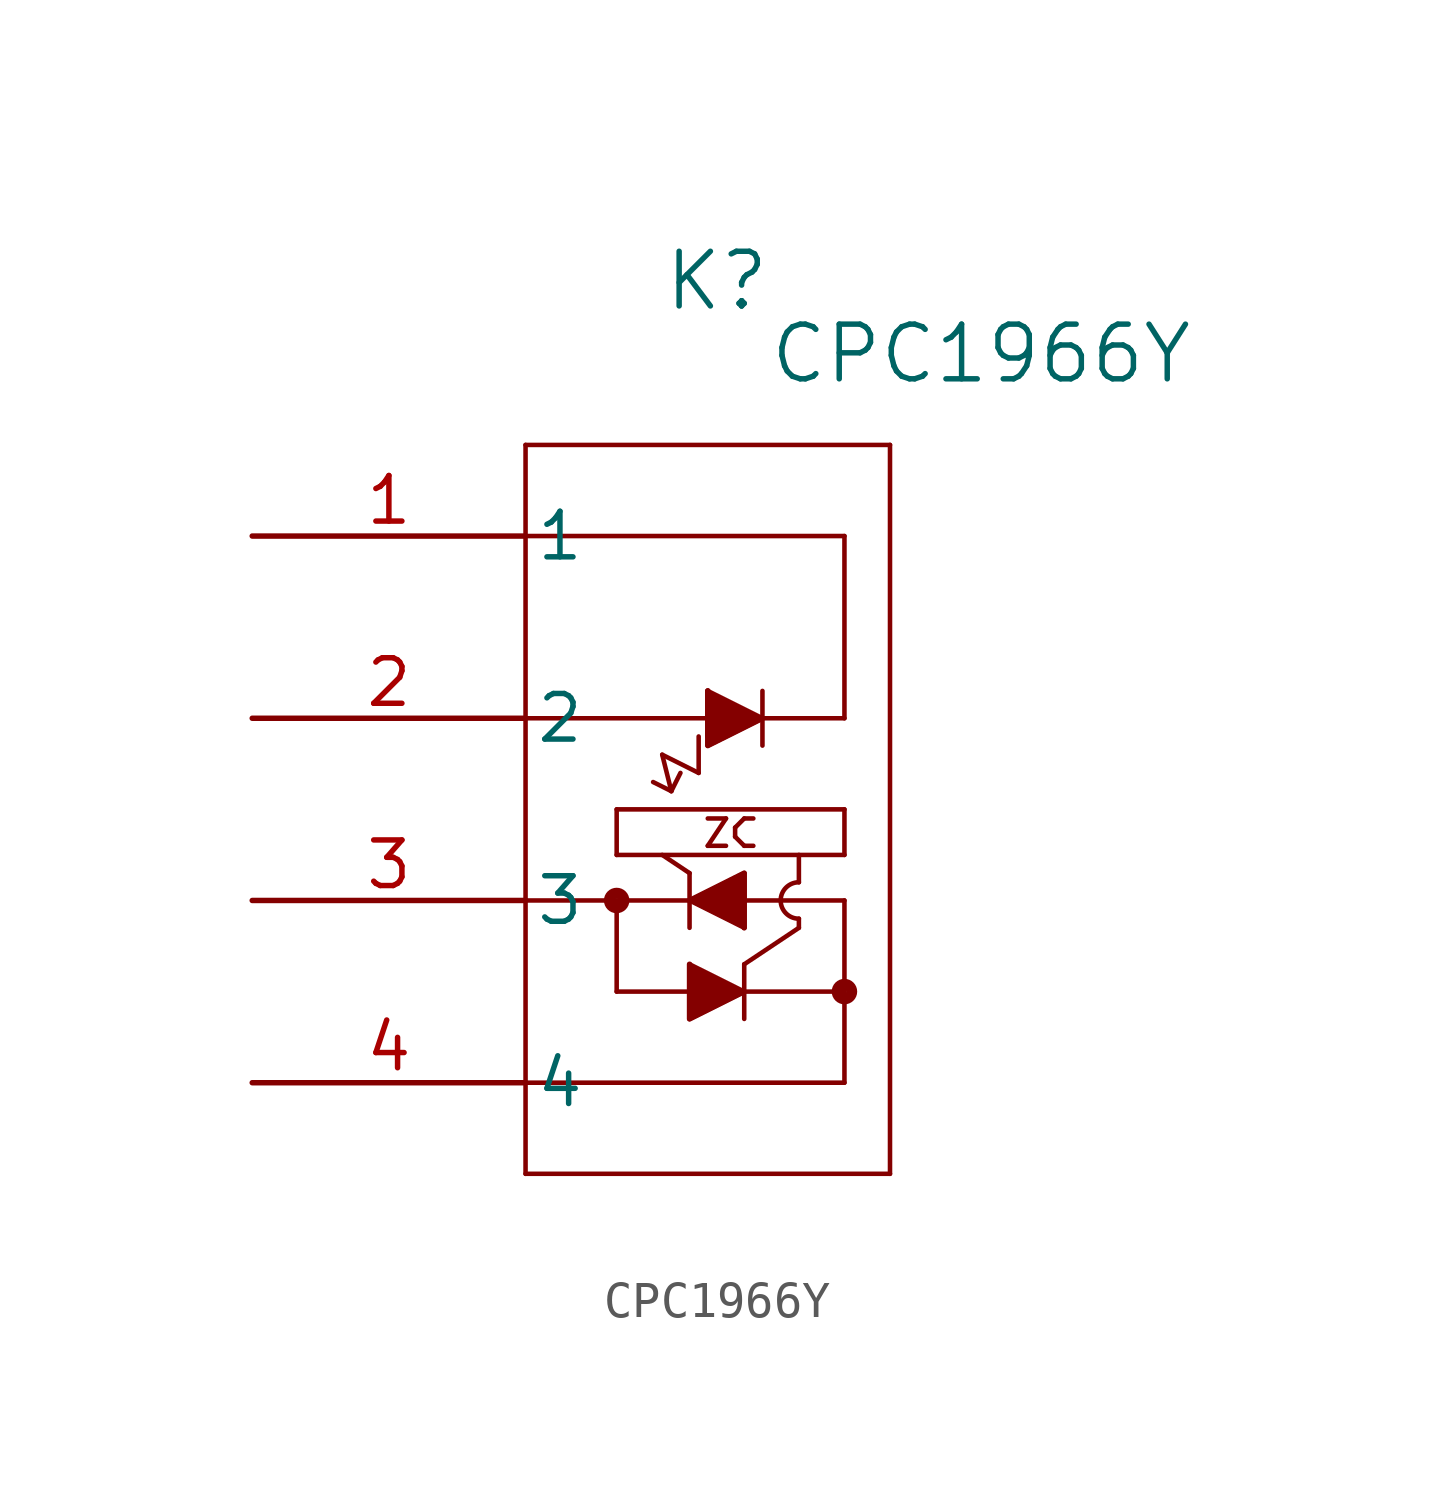
<source format=kicad_sym>
(kicad_symbol_lib
  (version 20211014)
  (generator kicad_symbol_editor)
  (symbol "CPC1966Y"
    (pin_names
      (offset 0.254))
    (property "Reference" "K"
      (at 12.954 7.112 0)
      (effects (font (size 1.524 1.524))))
    (property "Value" "CPC1966Y"
      (at 20.32 5.08 0)
      (effects (font (size 1.524 1.524))))
    (symbol "CPC1966Y_0_1"
      (polyline (pts (xy 7.62 2.54) (xy 7.62 -17.78)) (stroke (width 0.127) (type default) (color 0 0 0 0)) (fill (type none)))
      (polyline (pts (xy 7.62 -17.78) (xy 17.78 -17.78)) (stroke (width 0.127) (type default) (color 0 0 0 0)) (fill (type none)))
      (polyline (pts (xy 17.78 -17.78) (xy 17.78 2.54)) (stroke (width 0.127) (type default) (color 0 0 0 0)) (fill (type none)))
      (polyline (pts (xy 17.78 2.54) (xy 7.62 2.54)) (stroke (width 0.127) (type default) (color 0 0 0 0)) (fill (type none)))
      (polyline (pts (xy 7.62 0) (xy 16.51 0)) (stroke (width 0.127) (type default) (color 0 0 0 0)) (fill (type none)))
      (polyline (pts (xy 16.51 0) (xy 16.51 -5.08)) (stroke (width 0.127) (type default) (color 0 0 0 0)) (fill (type none)))
      (polyline (pts (xy 16.51 -5.08) (xy 7.62 -5.08)) (stroke (width 0.127) (type default) (color 0 0 0 0)) (fill (type none)))
      (polyline (pts (xy 14.224 -5.842) (xy 14.224 -4.318)) (stroke (width 0.127) (type default) (color 0 0 0 0)) (fill (type none)))
      (polyline (pts (xy 12.7 -4.318) (xy 12.7 -5.842)) (stroke (width 0.127) (type default) (color 0 0 0 0)) (fill (type none)))
      (polyline (pts (xy 12.7 -4.318) (xy 14.224 -5.08)) (stroke (width 0.127) (type default) (color 0 0 0 0)) (fill (type none)))
      (polyline (pts (xy 14.224 -5.08) (xy 12.7 -5.842)) (stroke (width 0.127) (type default) (color 0 0 0 0)) (fill (type none)))
      (polyline (pts (xy 7.62 -10.16) (xy 16.51 -10.16)) (stroke (width 0.127) (type default) (color 0 0 0 0)) (fill (type none)))
      (polyline (pts (xy 16.51 -10.16) (xy 16.51 -15.24)) (stroke (width 0.127) (type default) (color 0 0 0 0)) (fill (type none)))
      (polyline (pts (xy 16.51 -15.24) (xy 7.62 -15.24)) (stroke (width 0.127) (type default) (color 0 0 0 0)) (fill (type none)))
      (polyline (pts (xy 10.16 -10.16) (xy 10.16 -12.7)) (stroke (width 0.127) (type default) (color 0 0 0 0)) (fill (type none)))
      (polyline (pts (xy 10.16 -12.7) (xy 16.51 -12.7)) (stroke (width 0.127) (type default) (color 0 0 0 0)) (fill (type none)))
      (polyline (pts (xy 13.716 -13.462) (xy 13.716 -11.938)) (stroke (width 0.127) (type default) (color 0 0 0 0)) (fill (type none)))
      (polyline (pts (xy 15.24 -10.922) (xy 15.24 -10.668)) (stroke (width 0.127) (type default) (color 0 0 0 0)) (fill (type none)))
      (polyline (pts (xy 12.192 -9.398) (xy 11.43 -8.89)) (stroke (width 0.127) (type default) (color 0 0 0 0)) (fill (type none)))
      (polyline (pts (xy 10.16 -8.89) (xy 16.51 -8.89)) (stroke (width 0.127) (type default) (color 0 0 0 0)) (fill (type none)))
      (polyline (pts (xy 16.51 -7.62) (xy 16.51 -8.89)) (stroke (width 0.127) (type default) (color 0 0 0 0)) (fill (type none)))
      (polyline (pts (xy 16.51 -7.62) (xy 10.16 -7.62)) (stroke (width 0.127) (type default) (color 0 0 0 0)) (fill (type none)))
      (polyline (pts (xy 10.16 -7.62) (xy 10.16 -8.89)) (stroke (width 0.127) (type default) (color 0 0 0 0)) (fill (type none)))
      (polyline (pts (xy 12.192 -11.938) (xy 12.192 -13.462)) (stroke (width 0.127) (type default) (color 0 0 0 0)) (fill (type none)))
      (polyline (pts (xy 12.192 -11.938) (xy 13.716 -12.7)) (stroke (width 0.127) (type default) (color 0 0 0 0)) (fill (type none)))
      (polyline (pts (xy 13.716 -12.7) (xy 12.192 -13.462)) (stroke (width 0.127) (type default) (color 0 0 0 0)) (fill (type none)))
      (polyline (pts (xy 15.24 -10.922) (xy 13.716 -11.938)) (stroke (width 0.127) (type default) (color 0 0 0 0)) (fill (type none)))
      (polyline (pts (xy 12.192 -9.398) (xy 12.192 -10.922)) (stroke (width 0.127) (type default) (color 0 0 0 0)) (fill (type none)))
      (polyline (pts (xy 13.716 -10.922) (xy 13.716 -9.398)) (stroke (width 0.127) (type default) (color 0 0 0 0)) (fill (type none)))
      (polyline (pts (xy 13.716 -10.922) (xy 12.192 -10.16)) (stroke (width 0.127) (type default) (color 0 0 0 0)) (fill (type none)))
      (polyline (pts (xy 12.192 -10.16) (xy 13.716 -9.398)) (stroke (width 0.127) (type default) (color 0 0 0 0)) (fill (type none)))
      (polyline (pts (xy 12.7 -4.318) (xy 12.7 -5.588)) (stroke (width 0) (type default) (color 0 0 0 0)) (fill (type outline)))
      (polyline (pts (xy 12.7 -4.318) (xy 12.7 -5.842) (xy 14.224 -5.08)) (stroke (width 0) (type default) (color 0 0 0 0)) (fill (type outline)))
      (polyline (pts (xy 12.192 -11.938) (xy 12.192 -13.462) (xy 13.716 -12.7)) (stroke (width 0) (type default) (color 0 0 0 0)) (fill (type outline)))
      (polyline (pts (xy 13.716 -10.922) (xy 13.716 -9.398) (xy 12.192 -10.16)) (stroke (width 0) (type default) (color 0 0 0 0)) (fill (type outline)))
      (arc (start 15.24 -9.652) (mid 14.732 -10.16) (end 15.24 -10.668) (stroke (width 0.127) (type default) (color 0 0 0 0)) (fill (type none)))
      (polyline (pts (xy 15.24 -8.89) (xy 15.24 -9.652)) (stroke (width 0.127) (type default) (color 0 0 0 0)) (fill (type none)))
      (circle (center 16.51 -12.7) (radius 0.203) (stroke (width 0.305) (type default) (color 0 0 0 0)) (fill (type none)))
      (circle (center 10.16 -10.16) (radius 0.203) (stroke (width 0.305) (type default) (color 0 0 0 0)) (fill (type none)))
      (polyline (pts (xy 12.7 -7.874) (xy 13.208 -7.874)) (stroke (width 0.127) (type default) (color 0 0 0 0)) (fill (type none)))
      (polyline (pts (xy 13.208 -7.874) (xy 12.7 -8.636)) (stroke (width 0.127) (type default) (color 0 0 0 0)) (fill (type none)))
      (polyline (pts (xy 13.208 -8.636) (xy 12.7 -8.636)) (stroke (width 0.127) (type default) (color 0 0 0 0)) (fill (type none)))
      (polyline (pts (xy 13.97 -7.874) (xy 13.716 -7.874)) (stroke (width 0.127) (type default) (color 0 0 0 0)) (fill (type none)))
      (polyline (pts (xy 13.716 -7.874) (xy 13.462 -8.128)) (stroke (width 0.127) (type default) (color 0 0 0 0)) (fill (type none)))
      (polyline (pts (xy 13.462 -8.128) (xy 13.462 -8.382)) (stroke (width 0.127) (type default) (color 0 0 0 0)) (fill (type none)))
      (polyline (pts (xy 13.462 -8.382) (xy 13.716 -8.636)) (stroke (width 0.127) (type default) (color 0 0 0 0)) (fill (type none)))
      (polyline (pts (xy 13.716 -8.636) (xy 13.97 -8.636)) (stroke (width 0.127) (type default) (color 0 0 0 0)) (fill (type none)))
      (polyline (pts (xy 12.446 -5.588) (xy 12.446 -6.604)) (stroke (width 0.127) (type default) (color 0 0 0 0)) (fill (type none)))
      (polyline (pts (xy 12.446 -6.604) (xy 11.43 -6.096)) (stroke (width 0.127) (type default) (color 0 0 0 0)) (fill (type none)))
      (polyline (pts (xy 11.43 -6.096) (xy 11.684 -7.112)) (stroke (width 0.127) (type default) (color 0 0 0 0)) (fill (type none)))
      (polyline (pts (xy 11.684 -7.112) (xy 11.176 -6.858)) (stroke (width 0.127) (type default) (color 0 0 0 0)) (fill (type none)))
      (polyline (pts (xy 11.684 -7.112) (xy 11.938 -6.604)) (stroke (width 0.127) (type default) (color 0 0 0 0)) (fill (type none)))
      (pin unspecified line (at 0 0 0) (length 7.62) (name "1" (effects (font (size 1.27 1.27)))) (number "1" (effects (font (size 1.27 1.27)))))
      (pin unspecified line (at 0 -5.08 0) (length 7.62) (name "2" (effects (font (size 1.27 1.27)))) (number "2" (effects (font (size 1.27 1.27)))))
      (pin unspecified line (at 0 -10.16 0) (length 7.62) (name "3" (effects (font (size 1.27 1.27)))) (number "3" (effects (font (size 1.27 1.27)))))
      (pin unspecified line (at 0 -15.24 0) (length 7.62) (name "4" (effects (font (size 1.27 1.27)))) (number "4" (effects (font (size 1.27 1.27))))))))
</source>
